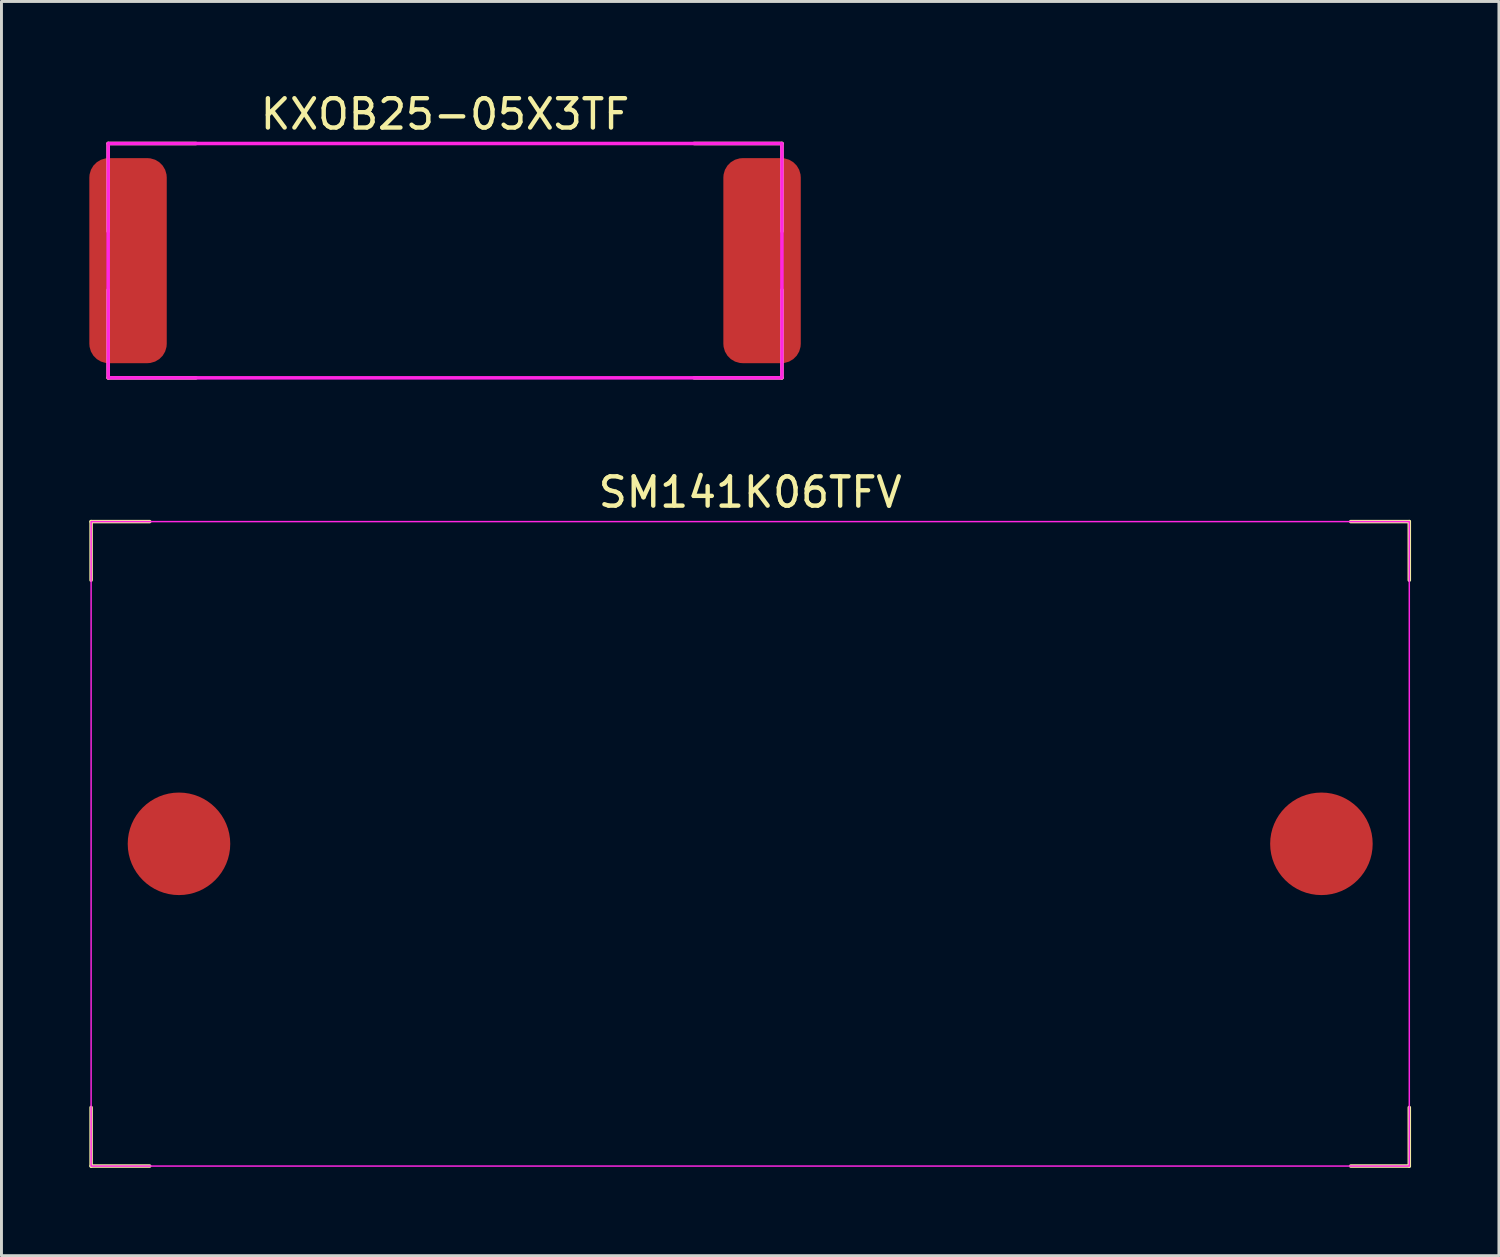
<source format=kicad_pcb>
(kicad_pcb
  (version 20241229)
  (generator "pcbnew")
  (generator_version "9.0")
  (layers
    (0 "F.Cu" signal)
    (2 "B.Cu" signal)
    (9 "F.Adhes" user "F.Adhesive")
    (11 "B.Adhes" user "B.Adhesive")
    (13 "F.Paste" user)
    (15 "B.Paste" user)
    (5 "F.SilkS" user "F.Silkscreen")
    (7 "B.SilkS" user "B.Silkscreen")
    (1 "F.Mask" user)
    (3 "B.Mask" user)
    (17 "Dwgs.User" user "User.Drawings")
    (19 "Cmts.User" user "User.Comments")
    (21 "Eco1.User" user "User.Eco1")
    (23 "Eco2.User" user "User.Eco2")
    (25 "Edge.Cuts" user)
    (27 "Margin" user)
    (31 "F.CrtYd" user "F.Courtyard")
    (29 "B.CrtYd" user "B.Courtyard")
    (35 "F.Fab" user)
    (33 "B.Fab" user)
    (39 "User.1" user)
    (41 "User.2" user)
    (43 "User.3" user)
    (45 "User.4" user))
  (footprint "KXOB25-05X3TF"
    (layer "F.Cu")
    (at 12.143 5.848)
    (property "Reference" "KXOB25-05X3TF" (at 0 -5 0) (unlocked yes) (layer "F.SilkS") (effects (font (size 1 1) (thickness 0.15))))
    (attr smd)
    (fp_line (start -11.5 -4) (end -11.5 -1) (stroke (width 0.12) (type default)) (layer "F.SilkS"))
    (fp_line (start -11.5 -4) (end -8.5 -4) (stroke (width 0.12) (type default)) (layer "F.SilkS"))
    (fp_line (start -11.5 4) (end -11.5 1) (stroke (width 0.12) (type default)) (layer "F.SilkS"))
    (fp_line (start -11.5 4) (end -8.5 4) (stroke (width 0.12) (type default)) (layer "F.SilkS"))
    (fp_line (start 11.5 -4) (end 8.5 -4) (stroke (width 0.12) (type default)) (layer "F.SilkS"))
    (fp_line (start 11.5 -4) (end 11.5 -1) (stroke (width 0.12) (type default)) (layer "F.SilkS"))
    (fp_line (start 11.5 4) (end 8.5 4) (stroke (width 0.12) (type default)) (layer "F.SilkS"))
    (fp_line (start 11.5 4) (end 11.5 1) (stroke (width 0.12) (type default)) (layer "F.SilkS"))
    (fp_rect (start -11.5 -4) (end 11.5 4) (stroke (width 0.12) (type default)) (fill no) (layer "F.CrtYd"))
    (pad "0" smd roundrect (at 10.822 0) (size 2.643 7) (layers "F.Cu" "F.Mask" "F.Paste") (roundrect_rratio 0.25))
    (pad "1" smd roundrect (at -10.822 0) (size 2.643 7) (layers "F.Cu" "F.Mask" "F.Paste") (roundrect_rratio 0.25)))
  (footprint "SM141K06TFV"
    (layer "F.Cu")
    (at 22.56 25.756)
    (property "Reference" "SM141K06TFV" (at 0 -12 0) (unlocked yes) (layer "F.SilkS") (effects (font (size 1 1) (thickness 0.15))))
    (attr smd)
    (fp_line (start -22.5 -11) (end -22.5 -9) (stroke (width 0.12) (type solid)) (layer "F.SilkS"))
    (fp_line (start -22.5 -11) (end -20.5 -11) (stroke (width 0.12) (type solid)) (layer "F.SilkS"))
    (fp_line (start -22.5 11) (end -22.5 9) (stroke (width 0.12) (type solid)) (layer "F.SilkS"))
    (fp_line (start -22.5 11) (end -20.5 11) (stroke (width 0.12) (type solid)) (layer "F.SilkS"))
    (fp_line (start 22.5 -11) (end 20.5 -11) (stroke (width 0.12) (type solid)) (layer "F.SilkS"))
    (fp_line (start 22.5 -11) (end 22.5 -9) (stroke (width 0.12) (type solid)) (layer "F.SilkS"))
    (fp_line (start 22.5 11) (end 20.5 11) (stroke (width 0.12) (type solid)) (layer "F.SilkS"))
    (fp_line (start 22.5 11) (end 22.5 9) (stroke (width 0.12) (type solid)) (layer "F.SilkS"))
    (fp_circle (center -19.5 0) (end -18.6 0) (stroke (width 0.5) (type solid)) (fill yes) (layer "F.Paste"))
    (fp_circle (center 19.5 0) (end 20.4 0) (stroke (width 0.5) (type solid)) (fill yes) (layer "F.Paste"))
    (fp_rect (start -22.5 -11) (end 22.5 11) (stroke (width 0.05) (type solid)) (fill no) (layer "F.CrtYd"))
    (pad "0" smd circle (at -19.5 0) (size 3.5 3.5) (layers "F.Cu" "F.Mask"))
    (pad "1" smd circle (at 19.5 0) (size 3.5 3.5) (layers "F.Cu" "F.Mask")))
  (gr_rect
    (start -3 -3)
    (end 48.12 39.816)
    (stroke (width 0.1) (type default))
    (fill no)
    (layer "Edge.Cuts")))
</source>
